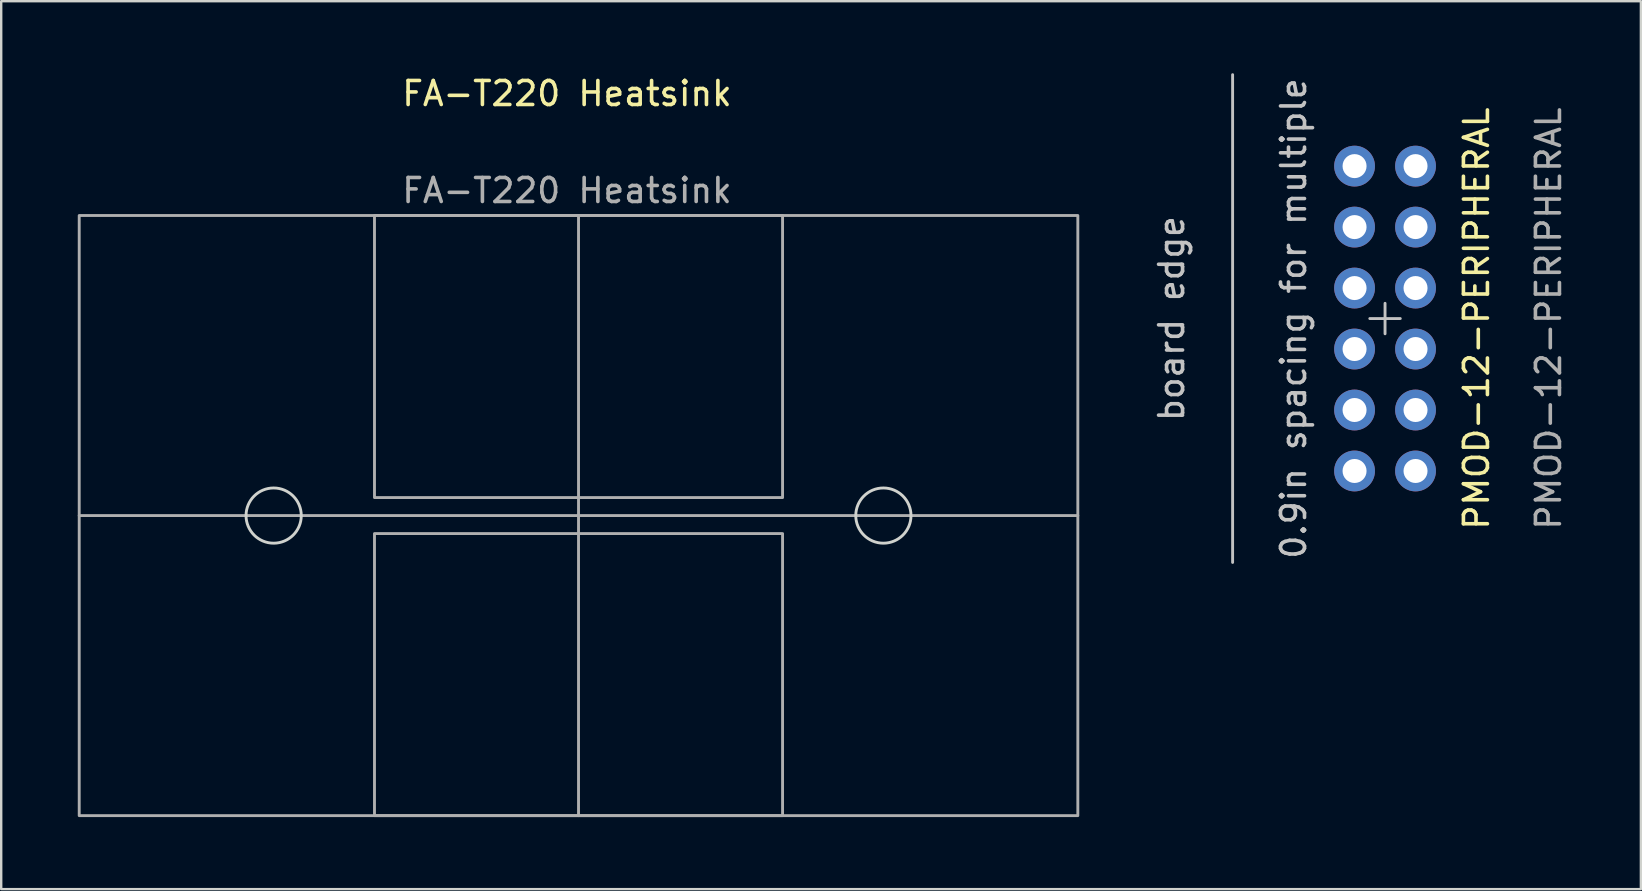
<source format=kicad_pcb>
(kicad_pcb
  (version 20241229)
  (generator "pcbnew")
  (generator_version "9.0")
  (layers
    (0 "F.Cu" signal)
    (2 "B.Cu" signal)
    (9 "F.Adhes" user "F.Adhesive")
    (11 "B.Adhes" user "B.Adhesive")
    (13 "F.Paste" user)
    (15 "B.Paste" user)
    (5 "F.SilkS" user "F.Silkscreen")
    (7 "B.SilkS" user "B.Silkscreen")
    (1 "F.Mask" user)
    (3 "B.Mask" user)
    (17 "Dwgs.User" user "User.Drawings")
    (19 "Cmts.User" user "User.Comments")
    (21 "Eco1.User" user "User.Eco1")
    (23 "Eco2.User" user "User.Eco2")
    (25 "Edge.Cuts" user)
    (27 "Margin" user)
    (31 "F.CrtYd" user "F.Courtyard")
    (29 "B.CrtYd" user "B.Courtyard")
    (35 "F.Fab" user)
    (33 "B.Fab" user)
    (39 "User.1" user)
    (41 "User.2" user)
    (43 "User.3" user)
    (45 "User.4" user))
  (footprint "PMOD-12-PERIPHERAL"
    (layer "F.Cu")
    (at 48.298 10.22)
    (property "Reference" "PMOD-12-PERIPHERAL" (at 10.16 0 90) (unlocked yes) (layer "F.SilkS") (effects (font (size 1 1) (thickness 0.15))))
    (attr through_hole)
    (fp_line (start 0 -10.16) (end 0 10.16) (stroke (width 0.12) (type solid)) (layer "Dwgs.User"))
    (fp_line (start 5.715 0) (end 6.985 0) (stroke (width 0.12) (type solid)) (layer "Dwgs.User"))
    (fp_line (start 6.35 0.635) (end 6.35 -0.635) (stroke (width 0.12) (type solid)) (layer "Dwgs.User"))
    (fp_text user "0.9in spacing for multiple" (at 2.54 0 90) (unlocked yes) (layer "Dwgs.User") (effects (font (size 1 1) (thickness 0.15))))
    (fp_text user "board edge" (at -2.54 0 90) (unlocked yes) (layer "Dwgs.User") (effects (font (size 1 1) (thickness 0.15))))
    (fp_text user "${REFERENCE}" (at 13.16 0 90) (unlocked yes) (layer "F.Fab") (effects (font (size 1 1) (thickness 0.15))))
    (pad "1" thru_hole circle (at 7.62 -6.35) (size 1.7 1.7) (drill 1) (layers "*.Cu" "*.Mask"))
    (pad "2" thru_hole circle (at 7.62 -3.81) (size 1.7 1.7) (drill 1) (layers "*.Cu" "*.Mask"))
    (pad "3" thru_hole circle (at 7.62 -1.27) (size 1.7 1.7) (drill 1) (layers "*.Cu" "*.Mask"))
    (pad "4" thru_hole circle (at 7.62 1.27) (size 1.7 1.7) (drill 1) (layers "*.Cu" "*.Mask"))
    (pad "5" thru_hole circle (at 7.62 3.81) (size 1.7 1.7) (drill 1) (layers "*.Cu" "*.Mask"))
    (pad "6" thru_hole circle (at 7.62 6.35) (size 1.7 1.7) (drill 1) (layers "*.Cu" "*.Mask"))
    (pad "7" thru_hole circle (at 5.08 -6.35) (size 1.7 1.7) (drill 1) (layers "*.Cu" "*.Mask"))
    (pad "8" thru_hole circle (at 5.08 -3.81) (size 1.7 1.7) (drill 1) (layers "*.Cu" "*.Mask"))
    (pad "9" thru_hole circle (at 5.08 -1.27) (size 1.7 1.7) (drill 1) (layers "*.Cu" "*.Mask"))
    (pad "10" thru_hole circle (at 5.08 1.27) (size 1.7 1.7) (drill 1) (layers "*.Cu" "*.Mask"))
    (pad "11" thru_hole circle (at 5.08 3.81) (size 1.7 1.7) (drill 1) (layers "*.Cu" "*.Mask"))
    (pad "12" thru_hole circle (at 5.08 6.35) (size 1.7 1.7) (drill 1) (layers "*.Cu" "*.Mask")))
  (footprint "FA-T220 Heatsink"
    (layer "F.Cu")
    (at 0.25 5.928)
    (property "Reference" "FA-T220 Heatsink" (at 20.32 -5.08 0) (unlocked yes) (layer "F.SilkS") (effects (font (size 1 1) (thickness 0.15))))
    (attr through_hole)
    (fp_circle (center 8.1 12.5) (end 9.25 12.5) (stroke (width 0.12) (type solid)) (fill no) (layer "Edge.Cuts"))
    (fp_circle (center 33.5 12.5) (end 34.65 12.5) (stroke (width 0.12) (type solid)) (fill no) (layer "Edge.Cuts"))
    (fp_line (start 0 12.5) (end 41.6 12.5) (stroke (width 0.12) (type solid)) (layer "F.Fab"))
    (fp_line (start 20.8 0) (end 20.8 25) (stroke (width 0.12) (type solid)) (layer "F.Fab"))
    (fp_rect (start 0 0) (end 41.6 25) (stroke (width 0.12) (type solid)) (fill no) (layer "F.Fab"))
    (fp_rect (start 12.3 0) (end 29.3 11.75) (stroke (width 0.12) (type solid)) (fill no) (layer "F.Fab"))
    (fp_rect (start 12.3 25) (end 29.3 13.25) (stroke (width 0.12) (type solid)) (fill no) (layer "F.Fab"))
    (fp_text user "${REFERENCE}" (at 20.32 -1.04 0) (unlocked yes) (layer "F.Fab") (effects (font (size 1 1) (thickness 0.15)))))
  (gr_rect
    (start -3 -3)
    (end 65.306 33.988)
    (stroke (width 0.1) (type default))
    (fill no)
    (layer "Edge.Cuts")))
</source>
